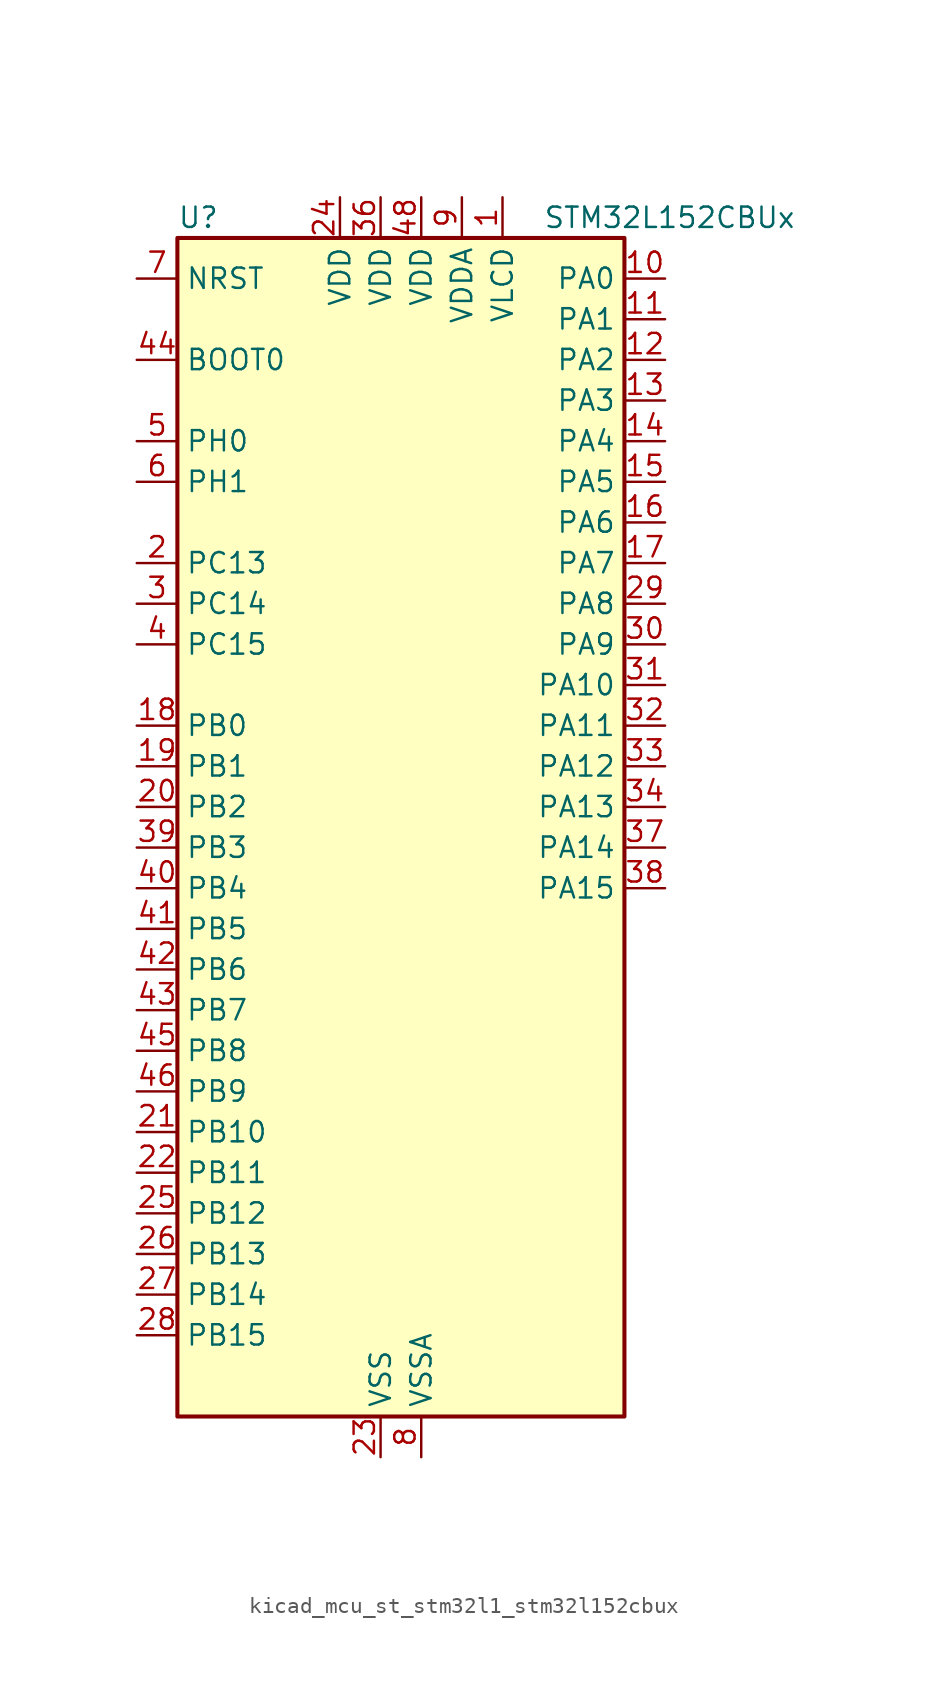
<source format=kicad_sym>
(kicad_symbol_lib
  (version 20220914)
  (generator kicad_symbol_editor)
  (symbol "kicad_mcu_st_stm32l1_stm32l152cbux"
    (property "Reference" "U"
      (at -12.7 39.37 0)
      (effects (font (size 1.27 1.27)) (justify left)))
    (property "Value" "STM32L152CBUx"
      (at 10.16 39.37 0)
      (effects (font (size 1.27 1.27)) (justify left)))
    (property "ki_locked" ""
      (at 0 0 0)
      (effects (font (size 1.27 1.27))))
    (symbol "kicad_mcu_st_stm32l1_stm32l152cbux_0_1"
      (rectangle (start -12.7 -35.56) (end 15.24 38.1) (stroke (width 0.254) (type default)) (fill (type background))))
    (symbol "kicad_mcu_st_stm32l1_stm32l152cbux_1_1"
      (pin power_in line (at 7.62 40.64 270) (length 2.54) (name "VLCD" (effects (font (size 1.27 1.27)))) (number "1" (effects (font (size 1.27 1.27)))))
      (pin bidirectional line (at 17.78 35.56 180) (length 2.54) (name "PA0" (effects (font (size 1.27 1.27)))) (number "10" (effects (font (size 1.27 1.27)))) (alternate "ADC_IN0" bidirectional line) (alternate "COMP1_INP" bidirectional line) (alternate "SYS_WKUP1" bidirectional line) (alternate "TIM2_CH1" bidirectional line) (alternate "TIM2_ETR" bidirectional line) (alternate "TIMX_IC1" bidirectional line) (alternate "TS_G1_IO1" bidirectional line) (alternate "USART2_CTS" bidirectional line))
      (pin bidirectional line (at 17.78 33.02 180) (length 2.54) (name "PA1" (effects (font (size 1.27 1.27)))) (number "11" (effects (font (size 1.27 1.27)))) (alternate "ADC_IN1" bidirectional line) (alternate "COMP1_INP" bidirectional line) (alternate "LCD_SEG0" bidirectional line) (alternate "TIM2_CH2" bidirectional line) (alternate "TIMX_IC2" bidirectional line) (alternate "TS_G1_IO2" bidirectional line) (alternate "USART2_RTS" bidirectional line))
      (pin bidirectional line (at 17.78 30.48 180) (length 2.54) (name "PA2" (effects (font (size 1.27 1.27)))) (number "12" (effects (font (size 1.27 1.27)))) (alternate "ADC_IN2" bidirectional line) (alternate "COMP1_INP" bidirectional line) (alternate "LCD_SEG1" bidirectional line) (alternate "TIM2_CH3" bidirectional line) (alternate "TIM9_CH1" bidirectional line) (alternate "TIMX_IC3" bidirectional line) (alternate "TS_G1_IO3" bidirectional line) (alternate "USART2_TX" bidirectional line))
      (pin bidirectional line (at 17.78 27.94 180) (length 2.54) (name "PA3" (effects (font (size 1.27 1.27)))) (number "13" (effects (font (size 1.27 1.27)))) (alternate "ADC_IN3" bidirectional line) (alternate "COMP1_INP" bidirectional line) (alternate "LCD_SEG2" bidirectional line) (alternate "TIM2_CH4" bidirectional line) (alternate "TIM9_CH2" bidirectional line) (alternate "TIMX_IC4" bidirectional line) (alternate "TS_G1_IO4" bidirectional line) (alternate "USART2_RX" bidirectional line))
      (pin bidirectional line (at 17.78 25.4 180) (length 2.54) (name "PA4" (effects (font (size 1.27 1.27)))) (number "14" (effects (font (size 1.27 1.27)))) (alternate "ADC_IN4" bidirectional line) (alternate "COMP1_INP" bidirectional line) (alternate "DAC_OUT1" bidirectional line) (alternate "SPI1_NSS" bidirectional line) (alternate "TIMX_IC1" bidirectional line) (alternate "USART2_CK" bidirectional line))
      (pin bidirectional line (at 17.78 22.86 180) (length 2.54) (name "PA5" (effects (font (size 1.27 1.27)))) (number "15" (effects (font (size 1.27 1.27)))) (alternate "ADC_IN5" bidirectional line) (alternate "COMP1_INP" bidirectional line) (alternate "DAC_OUT2" bidirectional line) (alternate "SPI1_SCK" bidirectional line) (alternate "TIM2_CH1" bidirectional line) (alternate "TIM2_ETR" bidirectional line) (alternate "TIMX_IC2" bidirectional line))
      (pin bidirectional line (at 17.78 20.32 180) (length 2.54) (name "PA6" (effects (font (size 1.27 1.27)))) (number "16" (effects (font (size 1.27 1.27)))) (alternate "ADC_IN6" bidirectional line) (alternate "COMP1_INP" bidirectional line) (alternate "LCD_SEG3" bidirectional line) (alternate "SPI1_MISO" bidirectional line) (alternate "TIM10_CH1" bidirectional line) (alternate "TIM3_CH1" bidirectional line) (alternate "TIMX_IC3" bidirectional line) (alternate "TS_G2_IO1" bidirectional line))
      (pin bidirectional line (at 17.78 17.78 180) (length 2.54) (name "PA7" (effects (font (size 1.27 1.27)))) (number "17" (effects (font (size 1.27 1.27)))) (alternate "ADC_IN7" bidirectional line) (alternate "COMP1_INP" bidirectional line) (alternate "LCD_SEG4" bidirectional line) (alternate "SPI1_MOSI" bidirectional line) (alternate "TIM11_CH1" bidirectional line) (alternate "TIM3_CH2" bidirectional line) (alternate "TIMX_IC4" bidirectional line) (alternate "TS_G2_IO2" bidirectional line))
      (pin bidirectional line (at -15.24 7.62 0) (length 2.54) (name "PB0" (effects (font (size 1.27 1.27)))) (number "18" (effects (font (size 1.27 1.27)))) (alternate "ADC_IN8" bidirectional line) (alternate "COMP1_INP" bidirectional line) (alternate "LCD_SEG5" bidirectional line) (alternate "SYS_V_REF_OUT" bidirectional line) (alternate "TIM3_CH3" bidirectional line) (alternate "TS_G3_IO1" bidirectional line))
      (pin bidirectional line (at -15.24 5.08 0) (length 2.54) (name "PB1" (effects (font (size 1.27 1.27)))) (number "19" (effects (font (size 1.27 1.27)))) (alternate "ADC_IN9" bidirectional line) (alternate "COMP1_INP" bidirectional line) (alternate "LCD_SEG6" bidirectional line) (alternate "SYS_V_REF_OUT" bidirectional line) (alternate "TIM3_CH4" bidirectional line) (alternate "TS_G3_IO2" bidirectional line))
      (pin bidirectional line (at -15.24 17.78 0) (length 2.54) (name "PC13" (effects (font (size 1.27 1.27)))) (number "2" (effects (font (size 1.27 1.27)))) (alternate "RTC_OUT_ALARM" bidirectional line) (alternate "RTC_OUT_CALIB" bidirectional line) (alternate "RTC_TAMP1" bidirectional line) (alternate "RTC_TS" bidirectional line) (alternate "SYS_WKUP2" bidirectional line) (alternate "TIMX_IC2" bidirectional line))
      (pin bidirectional line (at -15.24 2.54 0) (length 2.54) (name "PB2" (effects (font (size 1.27 1.27)))) (number "20" (effects (font (size 1.27 1.27)))))
      (pin bidirectional line (at -15.24 -17.78 0) (length 2.54) (name "PB10" (effects (font (size 1.27 1.27)))) (number "21" (effects (font (size 1.27 1.27)))) (alternate "I2C2_SCL" bidirectional line) (alternate "LCD_SEG10" bidirectional line) (alternate "TIM2_CH3" bidirectional line) (alternate "USART3_TX" bidirectional line))
      (pin bidirectional line (at -15.24 -20.32 0) (length 2.54) (name "PB11" (effects (font (size 1.27 1.27)))) (number "22" (effects (font (size 1.27 1.27)))) (alternate "ADC_EXTI11" bidirectional line) (alternate "I2C2_SDA" bidirectional line) (alternate "LCD_SEG11" bidirectional line) (alternate "TIM2_CH4" bidirectional line) (alternate "USART3_RX" bidirectional line))
      (pin power_in line (at 0 -38.1 90) (length 2.54) (name "VSS" (effects (font (size 1.27 1.27)))) (number "23" (effects (font (size 1.27 1.27)))))
      (pin power_in line (at -2.54 40.64 270) (length 2.54) (name "VDD" (effects (font (size 1.27 1.27)))) (number "24" (effects (font (size 1.27 1.27)))))
      (pin bidirectional line (at -15.24 -22.86 0) (length 2.54) (name "PB12" (effects (font (size 1.27 1.27)))) (number "25" (effects (font (size 1.27 1.27)))) (alternate "ADC_IN18" bidirectional line) (alternate "COMP1_INP" bidirectional line) (alternate "I2C2_SMBA" bidirectional line) (alternate "LCD_SEG12" bidirectional line) (alternate "SPI2_NSS" bidirectional line) (alternate "TIM10_CH1" bidirectional line) (alternate "TS_G7_IO1" bidirectional line) (alternate "USART3_CK" bidirectional line))
      (pin bidirectional line (at -15.24 -25.4 0) (length 2.54) (name "PB13" (effects (font (size 1.27 1.27)))) (number "26" (effects (font (size 1.27 1.27)))) (alternate "ADC_IN19" bidirectional line) (alternate "COMP1_INP" bidirectional line) (alternate "LCD_SEG13" bidirectional line) (alternate "SPI2_SCK" bidirectional line) (alternate "TIM9_CH1" bidirectional line) (alternate "TS_G7_IO2" bidirectional line) (alternate "USART3_CTS" bidirectional line))
      (pin bidirectional line (at -15.24 -27.94 0) (length 2.54) (name "PB14" (effects (font (size 1.27 1.27)))) (number "27" (effects (font (size 1.27 1.27)))) (alternate "ADC_IN20" bidirectional line) (alternate "COMP1_INP" bidirectional line) (alternate "LCD_SEG14" bidirectional line) (alternate "SPI2_MISO" bidirectional line) (alternate "TIM9_CH2" bidirectional line) (alternate "TS_G7_IO3" bidirectional line) (alternate "USART3_RTS" bidirectional line))
      (pin bidirectional line (at -15.24 -30.48 0) (length 2.54) (name "PB15" (effects (font (size 1.27 1.27)))) (number "28" (effects (font (size 1.27 1.27)))) (alternate "ADC_EXTI15" bidirectional line) (alternate "ADC_IN21" bidirectional line) (alternate "COMP1_INP" bidirectional line) (alternate "LCD_SEG15" bidirectional line) (alternate "RTC_REFIN" bidirectional line) (alternate "SPI2_MOSI" bidirectional line) (alternate "TIM11_CH1" bidirectional line) (alternate "TS_G7_IO4" bidirectional line))
      (pin bidirectional line (at 17.78 15.24 180) (length 2.54) (name "PA8" (effects (font (size 1.27 1.27)))) (number "29" (effects (font (size 1.27 1.27)))) (alternate "LCD_COM0" bidirectional line) (alternate "RCC_MCO" bidirectional line) (alternate "TIMX_IC1" bidirectional line) (alternate "TS_G4_IO1" bidirectional line) (alternate "USART1_CK" bidirectional line))
      (pin bidirectional line (at -15.24 15.24 0) (length 2.54) (name "PC14" (effects (font (size 1.27 1.27)))) (number "3" (effects (font (size 1.27 1.27)))) (alternate "RCC_OSC32_IN" bidirectional line) (alternate "TIMX_IC3" bidirectional line))
      (pin bidirectional line (at 17.78 12.7 180) (length 2.54) (name "PA9" (effects (font (size 1.27 1.27)))) (number "30" (effects (font (size 1.27 1.27)))) (alternate "DAC_EXTI9" bidirectional line) (alternate "LCD_COM1" bidirectional line) (alternate "TIMX_IC2" bidirectional line) (alternate "TS_G4_IO2" bidirectional line) (alternate "USART1_TX" bidirectional line))
      (pin bidirectional line (at 17.78 10.16 180) (length 2.54) (name "PA10" (effects (font (size 1.27 1.27)))) (number "31" (effects (font (size 1.27 1.27)))) (alternate "LCD_COM2" bidirectional line) (alternate "TIMX_IC3" bidirectional line) (alternate "TS_G4_IO3" bidirectional line) (alternate "USART1_RX" bidirectional line))
      (pin bidirectional line (at 17.78 7.62 180) (length 2.54) (name "PA11" (effects (font (size 1.27 1.27)))) (number "32" (effects (font (size 1.27 1.27)))) (alternate "ADC_EXTI11" bidirectional line) (alternate "SPI1_MISO" bidirectional line) (alternate "TIMX_IC4" bidirectional line) (alternate "USART1_CTS" bidirectional line) (alternate "USB_DM" bidirectional line))
      (pin bidirectional line (at 17.78 5.08 180) (length 2.54) (name "PA12" (effects (font (size 1.27 1.27)))) (number "33" (effects (font (size 1.27 1.27)))) (alternate "SPI1_MOSI" bidirectional line) (alternate "TIMX_IC1" bidirectional line) (alternate "USART1_RTS" bidirectional line) (alternate "USB_DP" bidirectional line))
      (pin bidirectional line (at 17.78 2.54 180) (length 2.54) (name "PA13" (effects (font (size 1.27 1.27)))) (number "34" (effects (font (size 1.27 1.27)))) (alternate "SYS_JTMS-SWDIO" bidirectional line) (alternate "TIMX_IC2" bidirectional line) (alternate "TS_G5_IO1" bidirectional line))
      (pin passive line (at 0 -38.1 90) (length 2.54) hide (name "VSS" (effects (font (size 1.27 1.27)))) (number "35" (effects (font (size 1.27 1.27)))))
      (pin power_in line (at 0 40.64 270) (length 2.54) (name "VDD" (effects (font (size 1.27 1.27)))) (number "36" (effects (font (size 1.27 1.27)))))
      (pin bidirectional line (at 17.78 0 180) (length 2.54) (name "PA14" (effects (font (size 1.27 1.27)))) (number "37" (effects (font (size 1.27 1.27)))) (alternate "SYS_JTCK-SWCLK" bidirectional line) (alternate "TIMX_IC3" bidirectional line) (alternate "TS_G5_IO2" bidirectional line))
      (pin bidirectional line (at 17.78 -2.54 180) (length 2.54) (name "PA15" (effects (font (size 1.27 1.27)))) (number "38" (effects (font (size 1.27 1.27)))) (alternate "ADC_EXTI15" bidirectional line) (alternate "LCD_SEG17" bidirectional line) (alternate "SPI1_NSS" bidirectional line) (alternate "SYS_JTDI" bidirectional line) (alternate "TIM2_CH1" bidirectional line) (alternate "TIM2_ETR" bidirectional line) (alternate "TIMX_IC4" bidirectional line) (alternate "TS_G5_IO3" bidirectional line))
      (pin bidirectional line (at -15.24 0 0) (length 2.54) (name "PB3" (effects (font (size 1.27 1.27)))) (number "39" (effects (font (size 1.27 1.27)))) (alternate "COMP2_INM" bidirectional line) (alternate "LCD_SEG7" bidirectional line) (alternate "SPI1_SCK" bidirectional line) (alternate "SYS_JTDO-TRACESWO" bidirectional line) (alternate "TIM2_CH2" bidirectional line))
      (pin bidirectional line (at -15.24 12.7 0) (length 2.54) (name "PC15" (effects (font (size 1.27 1.27)))) (number "4" (effects (font (size 1.27 1.27)))) (alternate "ADC_EXTI15" bidirectional line) (alternate "RCC_OSC32_OUT" bidirectional line) (alternate "TIMX_IC4" bidirectional line))
      (pin bidirectional line (at -15.24 -2.54 0) (length 2.54) (name "PB4" (effects (font (size 1.27 1.27)))) (number "40" (effects (font (size 1.27 1.27)))) (alternate "COMP2_INP" bidirectional line) (alternate "LCD_SEG8" bidirectional line) (alternate "SPI1_MISO" bidirectional line) (alternate "SYS_JTRST" bidirectional line) (alternate "TIM3_CH1" bidirectional line) (alternate "TS_G6_IO1" bidirectional line))
      (pin bidirectional line (at -15.24 -5.08 0) (length 2.54) (name "PB5" (effects (font (size 1.27 1.27)))) (number "41" (effects (font (size 1.27 1.27)))) (alternate "COMP2_INP" bidirectional line) (alternate "I2C1_SMBA" bidirectional line) (alternate "LCD_SEG9" bidirectional line) (alternate "SPI1_MOSI" bidirectional line) (alternate "TIM3_CH2" bidirectional line) (alternate "TS_G6_IO2" bidirectional line))
      (pin bidirectional line (at -15.24 -7.62 0) (length 2.54) (name "PB6" (effects (font (size 1.27 1.27)))) (number "42" (effects (font (size 1.27 1.27)))) (alternate "I2C1_SCL" bidirectional line) (alternate "TIM4_CH1" bidirectional line) (alternate "USART1_TX" bidirectional line))
      (pin bidirectional line (at -15.24 -10.16 0) (length 2.54) (name "PB7" (effects (font (size 1.27 1.27)))) (number "43" (effects (font (size 1.27 1.27)))) (alternate "I2C1_SDA" bidirectional line) (alternate "SYS_PVD_IN" bidirectional line) (alternate "TIM4_CH2" bidirectional line) (alternate "USART1_RX" bidirectional line))
      (pin input line (at -15.24 30.48 0) (length 2.54) (name "BOOT0" (effects (font (size 1.27 1.27)))) (number "44" (effects (font (size 1.27 1.27)))))
      (pin bidirectional line (at -15.24 -12.7 0) (length 2.54) (name "PB8" (effects (font (size 1.27 1.27)))) (number "45" (effects (font (size 1.27 1.27)))) (alternate "I2C1_SCL" bidirectional line) (alternate "LCD_SEG16" bidirectional line) (alternate "TIM10_CH1" bidirectional line) (alternate "TIM4_CH3" bidirectional line))
      (pin bidirectional line (at -15.24 -15.24 0) (length 2.54) (name "PB9" (effects (font (size 1.27 1.27)))) (number "46" (effects (font (size 1.27 1.27)))) (alternate "DAC_EXTI9" bidirectional line) (alternate "I2C1_SDA" bidirectional line) (alternate "LCD_COM3" bidirectional line) (alternate "TIM11_CH1" bidirectional line) (alternate "TIM4_CH4" bidirectional line))
      (pin passive line (at 0 -38.1 90) (length 2.54) hide (name "VSS" (effects (font (size 1.27 1.27)))) (number "47" (effects (font (size 1.27 1.27)))))
      (pin power_in line (at 2.54 40.64 270) (length 2.54) (name "VDD" (effects (font (size 1.27 1.27)))) (number "48" (effects (font (size 1.27 1.27)))))
      (pin passive line (at 0 -38.1 90) (length 2.54) hide (name "VSS" (effects (font (size 1.27 1.27)))) (number "49" (effects (font (size 1.27 1.27)))))
      (pin bidirectional line (at -15.24 25.4 0) (length 2.54) (name "PH0" (effects (font (size 1.27 1.27)))) (number "5" (effects (font (size 1.27 1.27)))) (alternate "RCC_OSC_IN" bidirectional line))
      (pin bidirectional line (at -15.24 22.86 0) (length 2.54) (name "PH1" (effects (font (size 1.27 1.27)))) (number "6" (effects (font (size 1.27 1.27)))) (alternate "RCC_OSC_OUT" bidirectional line))
      (pin input line (at -15.24 35.56 0) (length 2.54) (name "NRST" (effects (font (size 1.27 1.27)))) (number "7" (effects (font (size 1.27 1.27)))))
      (pin power_in line (at 2.54 -38.1 90) (length 2.54) (name "VSSA" (effects (font (size 1.27 1.27)))) (number "8" (effects (font (size 1.27 1.27)))))
      (pin power_in line (at 5.08 40.64 270) (length 2.54) (name "VDDA" (effects (font (size 1.27 1.27)))) (number "9" (effects (font (size 1.27 1.27))))))))
</source>
